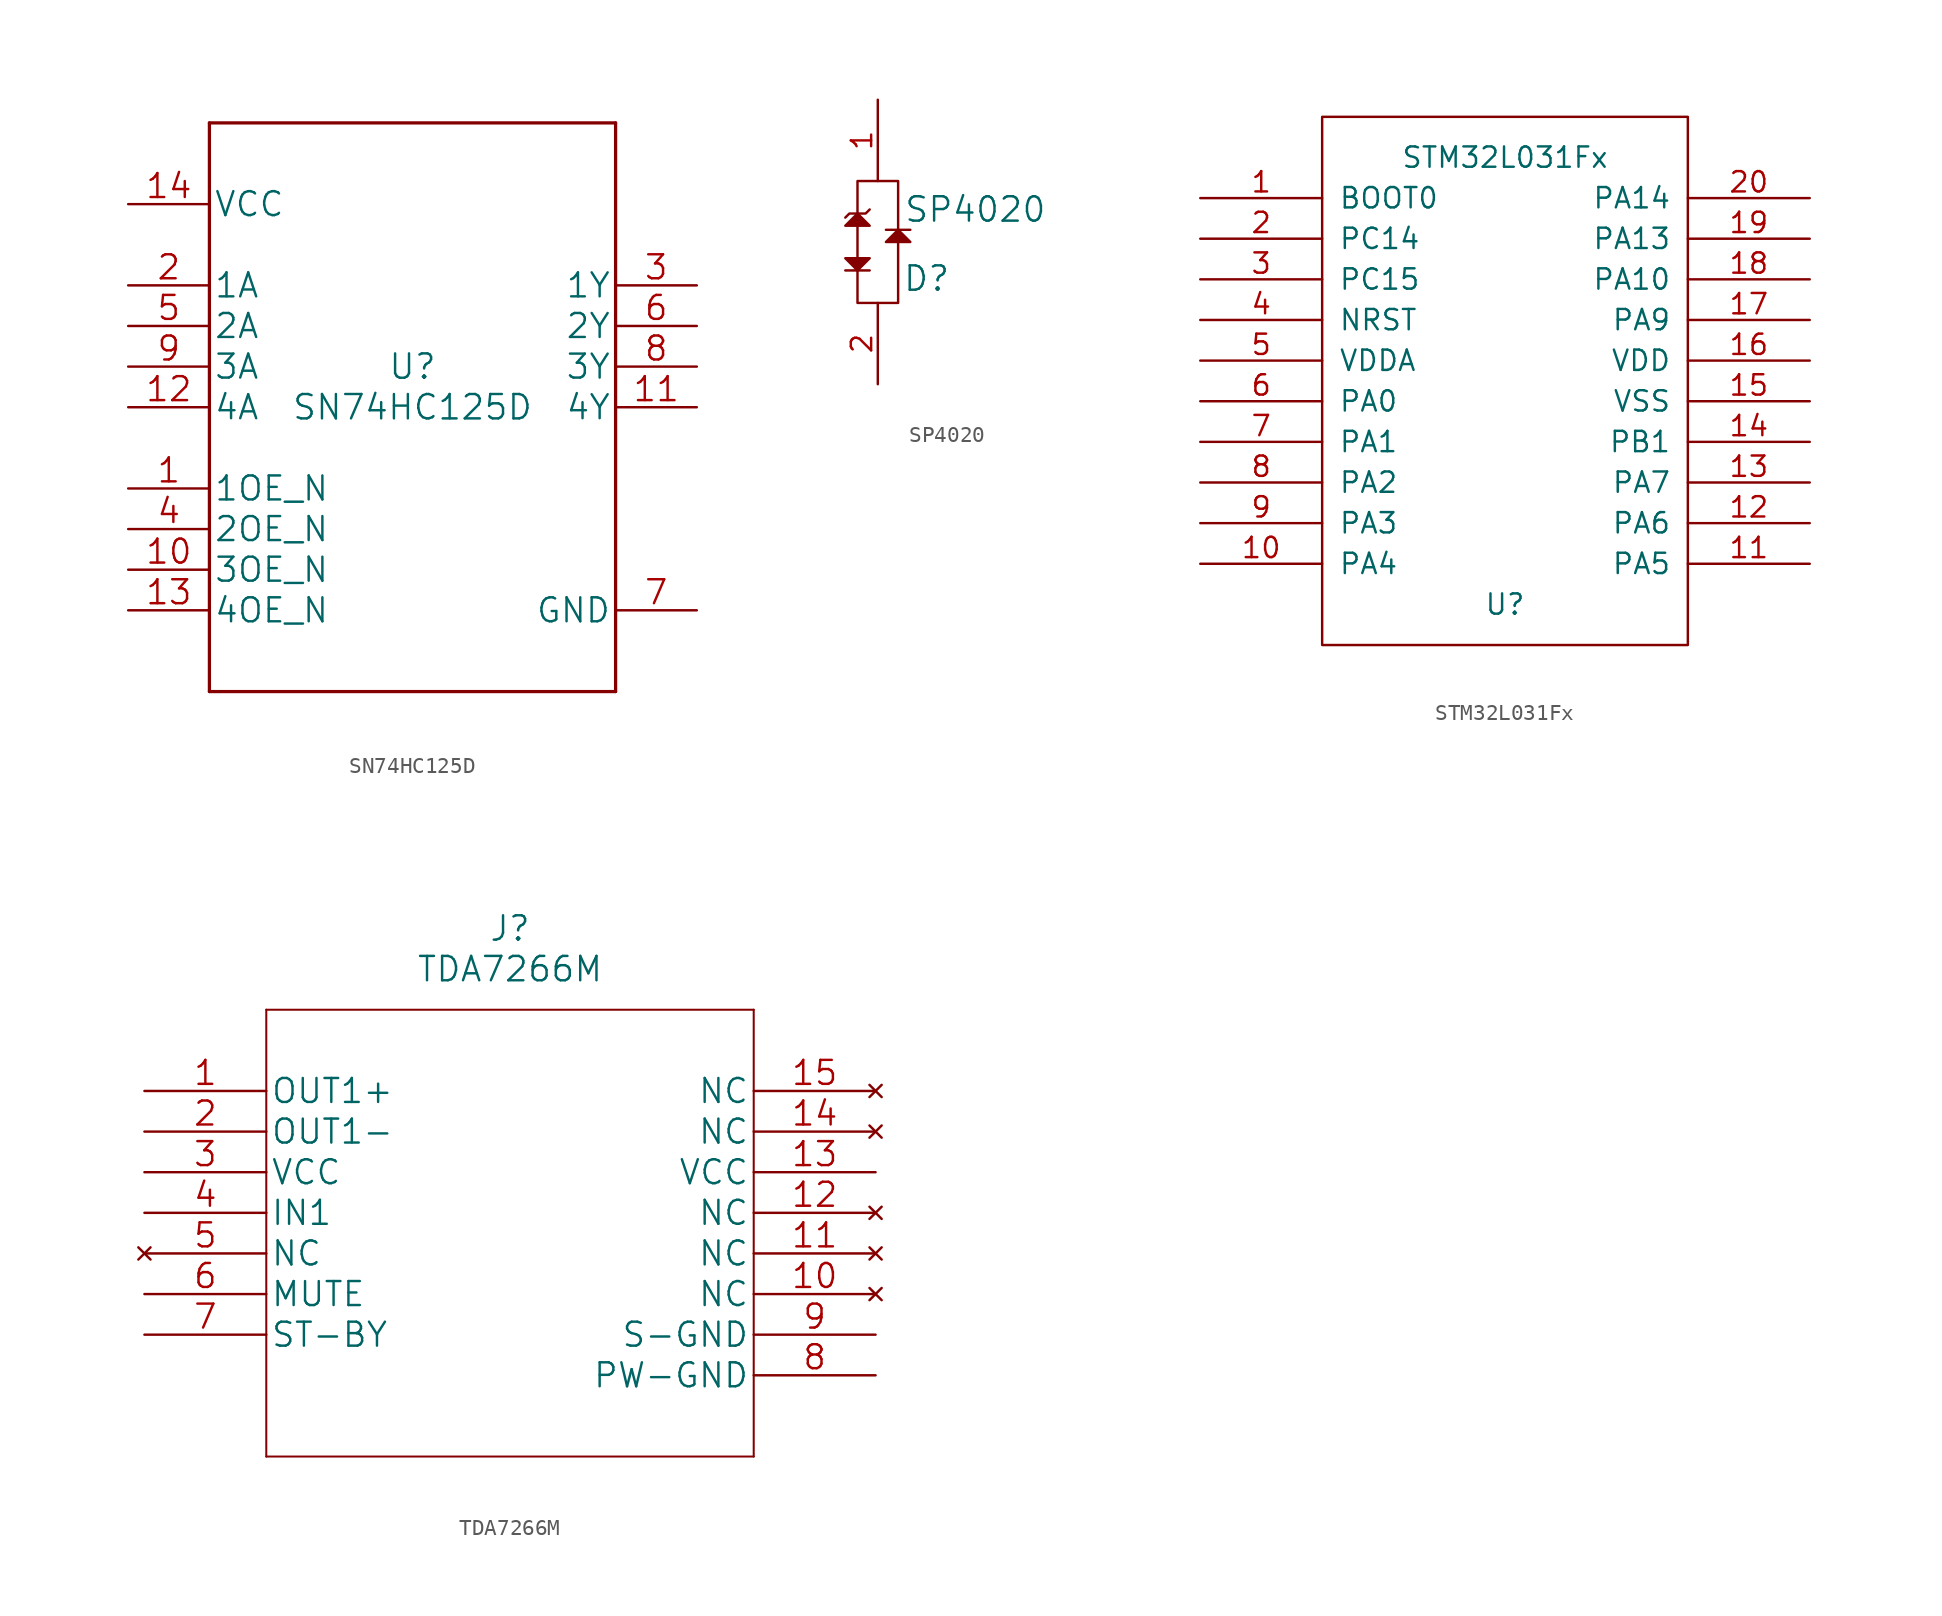
<source format=kicad_sym>
(kicad_symbol_lib
  (version 20220914)
  (generator kicad_symbol_editor)
  (symbol "SN74HC125D"
    (pin_names
      (offset 0.254))
    (property "Reference" "U"
      (at 0 2.54 0)
      (effects (font (size 1.524 1.524))))
    (property "Value" "SN74HC125D"
      (at 0 0 0)
      (effects (font (size 1.524 1.524))))
    (property "Datasheet" ""
      (at 0 0 0)
      (effects (font (size 1.524 1.524))))
    (property "ki_locked" ""
      (at 0 0 0)
      (effects (font (size 1.27 1.27))))
    (symbol "SN74HC125D_1_1"
      (polyline (pts (xy -12.7 -17.78) (xy 12.7 -17.78)) (stroke (width 0.203) (type solid)) (fill (type none)))
      (polyline (pts (xy -12.7 17.78) (xy -12.7 -17.78)) (stroke (width 0.203) (type solid)) (fill (type none)))
      (polyline (pts (xy 12.7 -17.78) (xy 12.7 17.78)) (stroke (width 0.203) (type solid)) (fill (type none)))
      (polyline (pts (xy 12.7 17.78) (xy -12.7 17.78)) (stroke (width 0.203) (type solid)) (fill (type none)))
      (pin input line (at -17.78 -5.08 0) (length 5.08) (name "1OE_N" (effects (font (size 1.499 1.499)))) (number "1" (effects (font (size 1.499 1.499)))))
      (pin input line (at -17.78 -10.16 0) (length 5.08) (name "3OE_N" (effects (font (size 1.499 1.499)))) (number "10" (effects (font (size 1.499 1.499)))))
      (pin tri_state line (at 17.78 0 180) (length 5.08) (name "4Y" (effects (font (size 1.499 1.499)))) (number "11" (effects (font (size 1.499 1.499)))))
      (pin input line (at -17.78 0 0) (length 5.08) (name "4A" (effects (font (size 1.499 1.499)))) (number "12" (effects (font (size 1.499 1.499)))))
      (pin input line (at -17.78 -12.7 0) (length 5.08) (name "4OE_N" (effects (font (size 1.499 1.499)))) (number "13" (effects (font (size 1.499 1.499)))))
      (pin power_in line (at -17.78 12.7 0) (length 5.08) (name "VCC" (effects (font (size 1.499 1.499)))) (number "14" (effects (font (size 1.499 1.499)))))
      (pin input line (at -17.78 7.62 0) (length 5.08) (name "1A" (effects (font (size 1.499 1.499)))) (number "2" (effects (font (size 1.499 1.499)))))
      (pin tri_state line (at 17.78 7.62 180) (length 5.08) (name "1Y" (effects (font (size 1.499 1.499)))) (number "3" (effects (font (size 1.499 1.499)))))
      (pin input line (at -17.78 -7.62 0) (length 5.08) (name "2OE_N" (effects (font (size 1.499 1.499)))) (number "4" (effects (font (size 1.499 1.499)))))
      (pin input line (at -17.78 5.08 0) (length 5.08) (name "2A" (effects (font (size 1.499 1.499)))) (number "5" (effects (font (size 1.499 1.499)))))
      (pin tri_state line (at 17.78 5.08 180) (length 5.08) (name "2Y" (effects (font (size 1.499 1.499)))) (number "6" (effects (font (size 1.499 1.499)))))
      (pin power_in line (at 17.78 -12.7 180) (length 5.08) (name "GND" (effects (font (size 1.499 1.499)))) (number "7" (effects (font (size 1.499 1.499)))))
      (pin tri_state line (at 17.78 2.54 180) (length 5.08) (name "3Y" (effects (font (size 1.499 1.499)))) (number "8" (effects (font (size 1.499 1.499)))))
      (pin input line (at -17.78 2.54 0) (length 5.08) (name "3A" (effects (font (size 1.499 1.499)))) (number "9" (effects (font (size 1.499 1.499)))))))
  (symbol "SP4020"
    (pin_names
      (offset 1.016))
    (property "Reference" "D"
      (at 3.048 -2.286 0)
      (effects (font (size 1.524 1.524))))
    (property "Value" "SP4020"
      (at 6.096 2.032 0)
      (effects (font (size 1.524 1.524))))
    (symbol "SP4020_0_1"
      (polyline (pts (xy -2.032 -1.778) (xy -0.508 -1.778)) (stroke (width 0) (type solid)) (fill (type none)))
      (polyline (pts (xy -1.27 -1.016) (xy -1.27 1.016)) (stroke (width 0) (type solid)) (fill (type none)))
      (polyline (pts (xy 0.508 0.762) (xy 2.032 0.762)) (stroke (width 0) (type solid)) (fill (type none)))
      (polyline (pts (xy -2.032 -1.016) (xy -0.508 -1.016) (xy -1.27 -1.778) (xy -2.032 -1.016)) (stroke (width 0) (type solid)) (fill (type outline)))
      (polyline (pts (xy -2.032 1.016) (xy -0.508 1.016) (xy -1.27 1.778) (xy -2.032 1.016)) (stroke (width 0) (type solid)) (fill (type outline)))
      (polyline (pts (xy -2.032 1.524) (xy -1.778 1.778) (xy -0.762 1.778) (xy -0.508 2.032)) (stroke (width 0) (type solid)) (fill (type none)))
      (polyline (pts (xy -1.27 1.27) (xy -1.27 3.81) (xy 1.27 3.81) (xy 1.27 0)) (stroke (width 0) (type solid)) (fill (type none)))
      (polyline (pts (xy 1.27 0.762) (xy 0.508 0) (xy 2.032 0) (xy 1.27 0.762)) (stroke (width 0) (type solid)) (fill (type outline)))
      (polyline (pts (xy -1.27 -1.27) (xy -1.27 -3.81) (xy 0 -3.81) (xy 1.27 -3.81) (xy 1.27 0)) (stroke (width 0) (type solid)) (fill (type none))))
    (symbol "SP4020_1_1"
      (pin passive line (at 0 8.89 270) (length 5.08) (name "~" (effects (font (size 1.27 1.27)))) (number "1" (effects (font (size 1.27 1.27)))))
      (pin passive line (at 0 -8.89 90) (length 5.08) (name "~" (effects (font (size 1.27 1.27)))) (number "2" (effects (font (size 1.27 1.27)))))))
  (symbol "STM32L031Fx"
    (pin_names
      (offset 1.016))
    (property "Reference" "U"
      (at 0 -13.97 0)
      (effects (font (size 1.27 1.27))))
    (property "Value" "STM32L031Fx"
      (at 0 13.97 0)
      (effects (font (size 1.27 1.27))))
    (symbol "STM32L031Fx_1_0"
      (rectangle (start -11.43 -16.51) (end 11.43 16.51) (stroke (width 0) (type solid)) (fill (type none))))
    (symbol "STM32L031Fx_1_1"
      (pin bidirectional line (at -19.05 11.43 0) (length 7.62) (name "BOOT0" (effects (font (size 1.27 1.27)))) (number "1" (effects (font (size 1.27 1.27)))))
      (pin bidirectional line (at -19.05 -11.43 0) (length 7.62) (name "PA4" (effects (font (size 1.27 1.27)))) (number "10" (effects (font (size 1.27 1.27)))))
      (pin bidirectional line (at 19.05 -11.43 180) (length 7.62) (name "PA5" (effects (font (size 1.27 1.27)))) (number "11" (effects (font (size 1.27 1.27)))))
      (pin bidirectional line (at 19.05 -8.89 180) (length 7.62) (name "PA6" (effects (font (size 1.27 1.27)))) (number "12" (effects (font (size 1.27 1.27)))))
      (pin bidirectional line (at 19.05 -6.35 180) (length 7.62) (name "PA7" (effects (font (size 1.27 1.27)))) (number "13" (effects (font (size 1.27 1.27)))))
      (pin bidirectional line (at 19.05 -3.81 180) (length 7.62) (name "PB1" (effects (font (size 1.27 1.27)))) (number "14" (effects (font (size 1.27 1.27)))))
      (pin power_in line (at 19.05 -1.27 180) (length 7.62) (name "VSS" (effects (font (size 1.27 1.27)))) (number "15" (effects (font (size 1.27 1.27)))))
      (pin power_in line (at 19.05 1.27 180) (length 7.62) (name "VDD" (effects (font (size 1.27 1.27)))) (number "16" (effects (font (size 1.27 1.27)))))
      (pin bidirectional line (at 19.05 3.81 180) (length 7.62) (name "PA9" (effects (font (size 1.27 1.27)))) (number "17" (effects (font (size 1.27 1.27)))))
      (pin bidirectional line (at 19.05 6.35 180) (length 7.62) (name "PA10" (effects (font (size 1.27 1.27)))) (number "18" (effects (font (size 1.27 1.27)))))
      (pin bidirectional line (at 19.05 8.89 180) (length 7.62) (name "PA13" (effects (font (size 1.27 1.27)))) (number "19" (effects (font (size 1.27 1.27)))))
      (pin bidirectional line (at -19.05 8.89 0) (length 7.62) (name "PC14" (effects (font (size 1.27 1.27)))) (number "2" (effects (font (size 1.27 1.27)))))
      (pin bidirectional line (at 19.05 11.43 180) (length 7.62) (name "PA14" (effects (font (size 1.27 1.27)))) (number "20" (effects (font (size 1.27 1.27)))))
      (pin bidirectional line (at -19.05 6.35 0) (length 7.62) (name "PC15" (effects (font (size 1.27 1.27)))) (number "3" (effects (font (size 1.27 1.27)))))
      (pin input line (at -19.05 3.81 0) (length 7.62) (name "NRST" (effects (font (size 1.27 1.27)))) (number "4" (effects (font (size 1.27 1.27)))))
      (pin power_in line (at -19.05 1.27 0) (length 7.62) (name "VDDA" (effects (font (size 1.27 1.27)))) (number "5" (effects (font (size 1.27 1.27)))))
      (pin bidirectional line (at -19.05 -1.27 0) (length 7.62) (name "PA0" (effects (font (size 1.27 1.27)))) (number "6" (effects (font (size 1.27 1.27)))))
      (pin bidirectional line (at -19.05 -3.81 0) (length 7.62) (name "PA1" (effects (font (size 1.27 1.27)))) (number "7" (effects (font (size 1.27 1.27)))))
      (pin bidirectional line (at -19.05 -6.35 0) (length 7.62) (name "PA2" (effects (font (size 1.27 1.27)))) (number "8" (effects (font (size 1.27 1.27)))))
      (pin bidirectional line (at -19.05 -8.89 0) (length 7.62) (name "PA3" (effects (font (size 1.27 1.27)))) (number "9" (effects (font (size 1.27 1.27)))))))
  (symbol "TDA7266M"
    (pin_names
      (offset 0.254))
    (property "Reference" "J"
      (at 22.86 10.16 0)
      (effects (font (size 1.524 1.524))))
    (property "Value" "TDA7266M"
      (at 22.86 7.62 0)
      (effects (font (size 1.524 1.524))))
    (property "Datasheet" ""
      (at 0 0 0)
      (effects (font (size 1.524 1.524))))
    (symbol "TDA7266M_1_1"
      (polyline (pts (xy 7.62 -22.86) (xy 38.1 -22.86)) (stroke (width 0.127) (type solid)) (fill (type none)))
      (polyline (pts (xy 7.62 5.08) (xy 7.62 -22.86)) (stroke (width 0.127) (type solid)) (fill (type none)))
      (polyline (pts (xy 38.1 -22.86) (xy 38.1 5.08)) (stroke (width 0.127) (type solid)) (fill (type none)))
      (polyline (pts (xy 38.1 5.08) (xy 7.62 5.08)) (stroke (width 0.127) (type solid)) (fill (type none)))
      (pin output line (at 0 0 0) (length 7.62) (name "OUT1+" (effects (font (size 1.499 1.499)))) (number "1" (effects (font (size 1.499 1.499)))))
      (pin no_connect line (at 45.72 -12.7 180) (length 7.62) (name "NC" (effects (font (size 1.499 1.499)))) (number "10" (effects (font (size 1.499 1.499)))))
      (pin no_connect line (at 45.72 -10.16 180) (length 7.62) (name "NC" (effects (font (size 1.499 1.499)))) (number "11" (effects (font (size 1.499 1.499)))))
      (pin no_connect line (at 45.72 -7.62 180) (length 7.62) (name "NC" (effects (font (size 1.499 1.499)))) (number "12" (effects (font (size 1.499 1.499)))))
      (pin power_in line (at 45.72 -5.08 180) (length 7.62) (name "VCC" (effects (font (size 1.499 1.499)))) (number "13" (effects (font (size 1.499 1.499)))))
      (pin no_connect line (at 45.72 -2.54 180) (length 7.62) (name "NC" (effects (font (size 1.499 1.499)))) (number "14" (effects (font (size 1.499 1.499)))))
      (pin no_connect line (at 45.72 0 180) (length 7.62) (name "NC" (effects (font (size 1.499 1.499)))) (number "15" (effects (font (size 1.499 1.499)))))
      (pin output line (at 0 -2.54 0) (length 7.62) (name "OUT1-" (effects (font (size 1.499 1.499)))) (number "2" (effects (font (size 1.499 1.499)))))
      (pin power_in line (at 0 -5.08 0) (length 7.62) (name "VCC" (effects (font (size 1.499 1.499)))) (number "3" (effects (font (size 1.499 1.499)))))
      (pin input line (at 0 -7.62 0) (length 7.62) (name "IN1" (effects (font (size 1.499 1.499)))) (number "4" (effects (font (size 1.499 1.499)))))
      (pin no_connect line (at 0 -10.16 0) (length 7.62) (name "NC" (effects (font (size 1.499 1.499)))) (number "5" (effects (font (size 1.499 1.499)))))
      (pin unspecified line (at 0 -12.7 0) (length 7.62) (name "MUTE" (effects (font (size 1.499 1.499)))) (number "6" (effects (font (size 1.499 1.499)))))
      (pin unspecified line (at 0 -15.24 0) (length 7.62) (name "ST-BY" (effects (font (size 1.499 1.499)))) (number "7" (effects (font (size 1.499 1.499)))))
      (pin power_in line (at 45.72 -17.78 180) (length 7.62) (name "PW-GND" (effects (font (size 1.499 1.499)))) (number "8" (effects (font (size 1.499 1.499)))))
      (pin power_in line (at 45.72 -15.24 180) (length 7.62) (name "S-GND" (effects (font (size 1.499 1.499)))) (number "9" (effects (font (size 1.499 1.499))))))))
</source>
